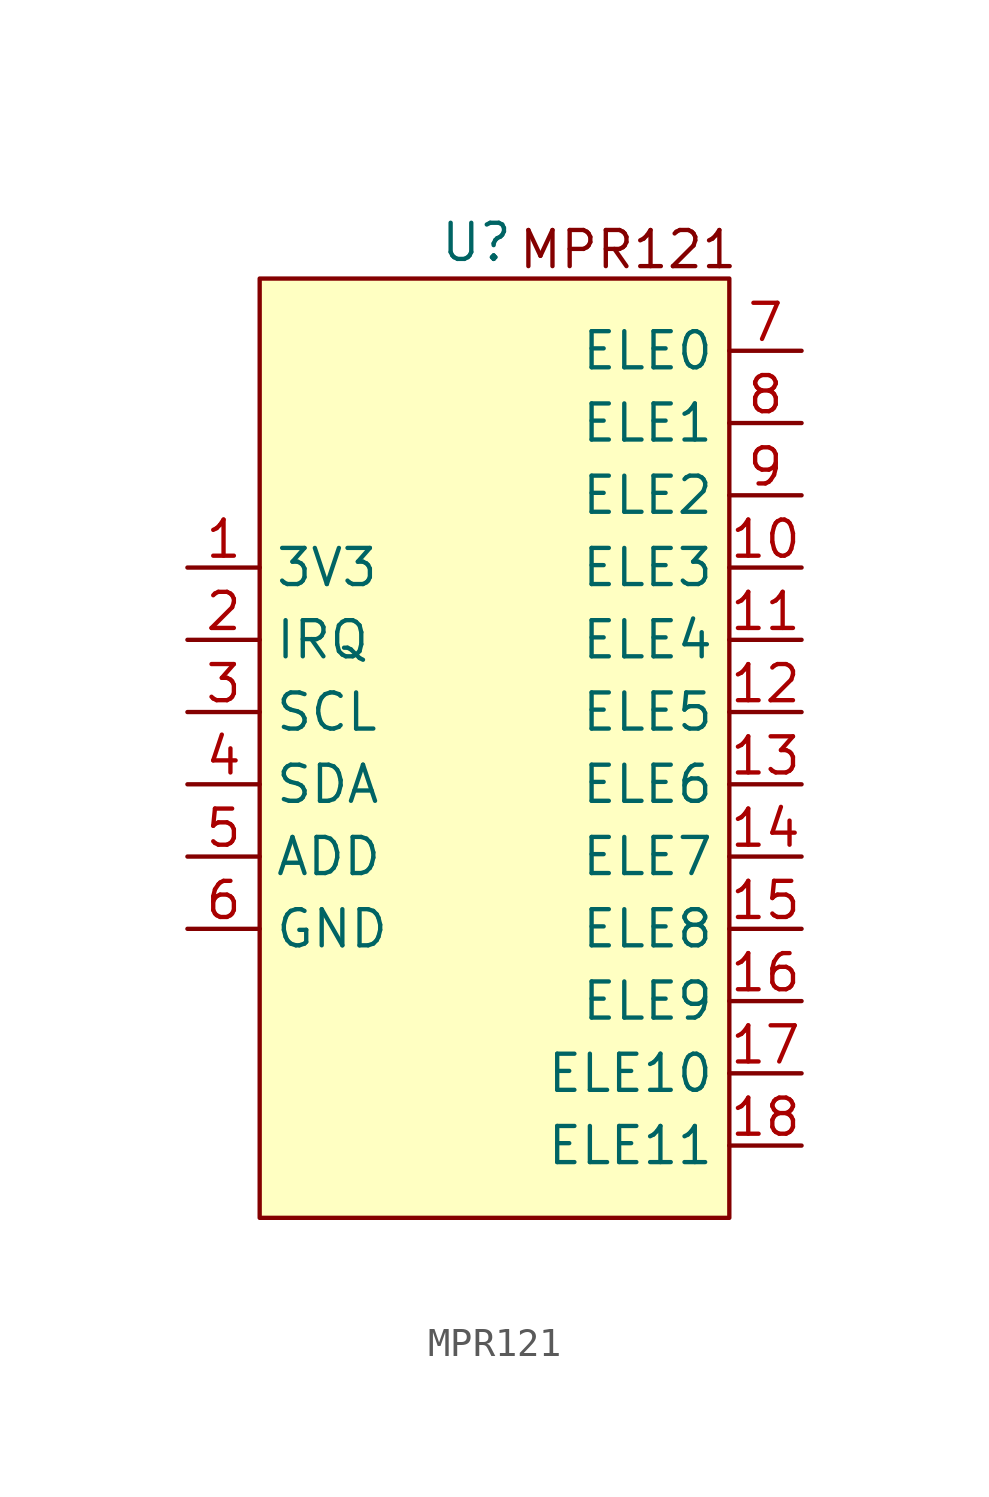
<source format=kicad_sym>
(kicad_symbol_lib
  (version 20231120)
  (generator "kicad_symbol_editor")
  (generator_version "8.0")
  (symbol "MPR121"
    (property "Reference" "U"
      (at -1.27 17.78 0)
      (effects (font (size 1.27 1.27))))
    (property "Value" ""
      (at -5.08 11.43 0)
      (effects (font (size 1.27 1.27))))
    (symbol "MPR121_1_1"
      (rectangle (start -8.89 16.51) (end 7.62 -16.51) (stroke (width 0) (type default)) (fill (type background)))
      (text "MPR121" (at 4.064 17.526 0) (effects (font (size 1.27 1.27))))
      (pin power_in line (at -11.43 6.35 0) (length 2.54) (name "3V3" (effects (font (size 1.27 1.27)))) (number "1" (effects (font (size 1.27 1.27)))))
      (pin output line (at 10.16 6.35 180) (length 2.54) (name "ELE3" (effects (font (size 1.27 1.27)))) (number "10" (effects (font (size 1.27 1.27)))))
      (pin output line (at 10.16 3.81 180) (length 2.54) (name "ELE4" (effects (font (size 1.27 1.27)))) (number "11" (effects (font (size 1.27 1.27)))))
      (pin output line (at 10.16 1.27 180) (length 2.54) (name "ELE5" (effects (font (size 1.27 1.27)))) (number "12" (effects (font (size 1.27 1.27)))))
      (pin output line (at 10.16 -1.27 180) (length 2.54) (name "ELE6" (effects (font (size 1.27 1.27)))) (number "13" (effects (font (size 1.27 1.27)))))
      (pin output line (at 10.16 -3.81 180) (length 2.54) (name "ELE7" (effects (font (size 1.27 1.27)))) (number "14" (effects (font (size 1.27 1.27)))))
      (pin output line (at 10.16 -6.35 180) (length 2.54) (name "ELE8" (effects (font (size 1.27 1.27)))) (number "15" (effects (font (size 1.27 1.27)))))
      (pin output line (at 10.16 -8.89 180) (length 2.54) (name "ELE9" (effects (font (size 1.27 1.27)))) (number "16" (effects (font (size 1.27 1.27)))))
      (pin output line (at 10.16 -11.43 180) (length 2.54) (name "ELE10" (effects (font (size 1.27 1.27)))) (number "17" (effects (font (size 1.27 1.27)))))
      (pin output line (at 10.16 -13.97 180) (length 2.54) (name "ELE11" (effects (font (size 1.27 1.27)))) (number "18" (effects (font (size 1.27 1.27)))))
      (pin input line (at -11.43 3.81 0) (length 2.54) (name "IRQ" (effects (font (size 1.27 1.27)))) (number "2" (effects (font (size 1.27 1.27)))))
      (pin input line (at -11.43 1.27 0) (length 2.54) (name "SCL" (effects (font (size 1.27 1.27)))) (number "3" (effects (font (size 1.27 1.27)))))
      (pin input line (at -11.43 -1.27 0) (length 2.54) (name "SDA" (effects (font (size 1.27 1.27)))) (number "4" (effects (font (size 1.27 1.27)))))
      (pin input line (at -11.43 -3.81 0) (length 2.54) (name "ADD" (effects (font (size 1.27 1.27)))) (number "5" (effects (font (size 1.27 1.27)))))
      (pin power_in line (at -11.43 -6.35 0) (length 2.54) (name "GND" (effects (font (size 1.27 1.27)))) (number "6" (effects (font (size 1.27 1.27)))))
      (pin output line (at 10.16 13.97 180) (length 2.54) (name "ELE0" (effects (font (size 1.27 1.27)))) (number "7" (effects (font (size 1.27 1.27)))))
      (pin output line (at 10.16 11.43 180) (length 2.54) (name "ELE1" (effects (font (size 1.27 1.27)))) (number "8" (effects (font (size 1.27 1.27)))))
      (pin output line (at 10.16 8.89 180) (length 2.54) (name "ELE2" (effects (font (size 1.27 1.27)))) (number "9" (effects (font (size 1.27 1.27))))))))
</source>
